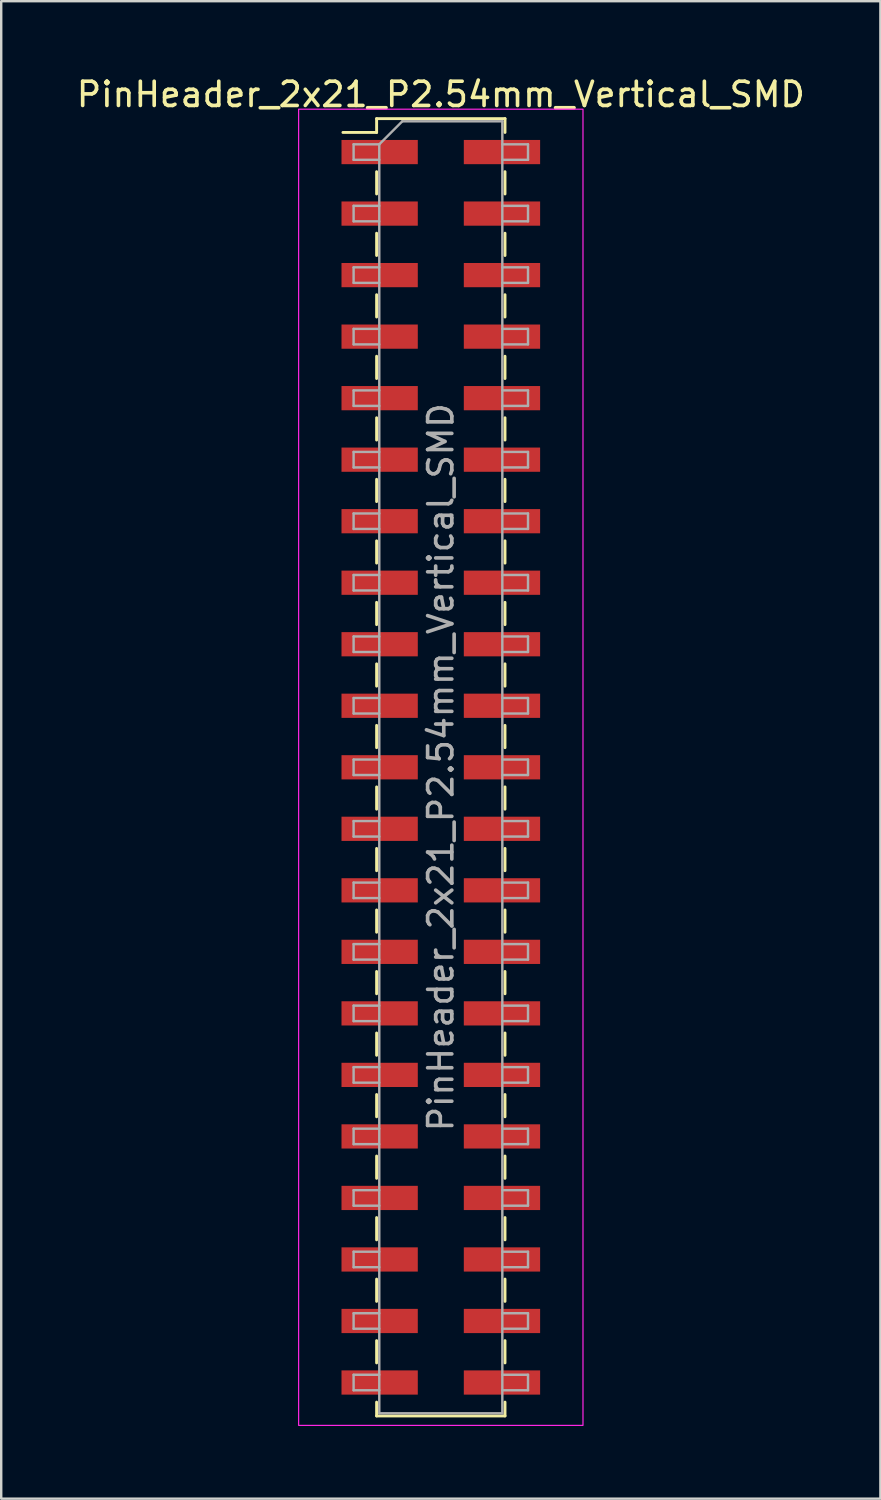
<source format=kicad_pcb>
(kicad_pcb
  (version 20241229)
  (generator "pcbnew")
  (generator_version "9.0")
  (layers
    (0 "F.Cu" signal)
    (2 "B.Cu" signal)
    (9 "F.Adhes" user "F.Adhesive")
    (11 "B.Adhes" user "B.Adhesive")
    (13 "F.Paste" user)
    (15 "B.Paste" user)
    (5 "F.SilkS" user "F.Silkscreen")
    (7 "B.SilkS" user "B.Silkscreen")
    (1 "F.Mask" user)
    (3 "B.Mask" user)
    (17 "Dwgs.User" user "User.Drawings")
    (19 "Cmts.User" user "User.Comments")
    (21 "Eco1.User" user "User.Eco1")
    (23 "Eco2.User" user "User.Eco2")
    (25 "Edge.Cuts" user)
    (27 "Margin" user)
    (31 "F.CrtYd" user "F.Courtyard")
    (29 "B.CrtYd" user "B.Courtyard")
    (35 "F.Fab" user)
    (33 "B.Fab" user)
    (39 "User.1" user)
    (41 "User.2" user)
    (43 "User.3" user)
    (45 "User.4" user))
  (footprint "PinHeader_2x21_P2.54mm_Vertical_SMD"
    (layer "F.Cu")
    (at 15.149 28.628)
    (property "Reference" "PinHeader_2x21_P2.54mm_Vertical_SMD" (at 0 -27.78 0) (layer "F.SilkS") (effects (font (size 1 1) (thickness 0.15))))
    (attr smd)
    (fp_line (start -4.04 -26.21) (end -2.65 -26.21) (stroke (width 0.12) (type solid)) (layer "F.SilkS"))
    (fp_line (start -2.65 -26.78) (end -2.65 -26.21) (stroke (width 0.12) (type solid)) (layer "F.SilkS"))
    (fp_line (start -2.65 -26.78) (end 2.65 -26.78) (stroke (width 0.12) (type solid)) (layer "F.SilkS"))
    (fp_line (start -2.65 -24.59) (end -2.65 -23.67) (stroke (width 0.12) (type solid)) (layer "F.SilkS"))
    (fp_line (start -2.65 -22.05) (end -2.65 -21.13) (stroke (width 0.12) (type solid)) (layer "F.SilkS"))
    (fp_line (start -2.65 -19.51) (end -2.65 -18.59) (stroke (width 0.12) (type solid)) (layer "F.SilkS"))
    (fp_line (start -2.65 -16.97) (end -2.65 -16.05) (stroke (width 0.12) (type solid)) (layer "F.SilkS"))
    (fp_line (start -2.65 -14.43) (end -2.65 -13.51) (stroke (width 0.12) (type solid)) (layer "F.SilkS"))
    (fp_line (start -2.65 -11.89) (end -2.65 -10.97) (stroke (width 0.12) (type solid)) (layer "F.SilkS"))
    (fp_line (start -2.65 -9.35) (end -2.65 -8.43) (stroke (width 0.12) (type solid)) (layer "F.SilkS"))
    (fp_line (start -2.65 -6.81) (end -2.65 -5.89) (stroke (width 0.12) (type solid)) (layer "F.SilkS"))
    (fp_line (start -2.65 -4.27) (end -2.65 -3.35) (stroke (width 0.12) (type solid)) (layer "F.SilkS"))
    (fp_line (start -2.65 -1.73) (end -2.65 -0.81) (stroke (width 0.12) (type solid)) (layer "F.SilkS"))
    (fp_line (start -2.65 0.81) (end -2.65 1.73) (stroke (width 0.12) (type solid)) (layer "F.SilkS"))
    (fp_line (start -2.65 3.35) (end -2.65 4.27) (stroke (width 0.12) (type solid)) (layer "F.SilkS"))
    (fp_line (start -2.65 5.89) (end -2.65 6.81) (stroke (width 0.12) (type solid)) (layer "F.SilkS"))
    (fp_line (start -2.65 8.43) (end -2.65 9.35) (stroke (width 0.12) (type solid)) (layer "F.SilkS"))
    (fp_line (start -2.65 10.97) (end -2.65 11.89) (stroke (width 0.12) (type solid)) (layer "F.SilkS"))
    (fp_line (start -2.65 13.51) (end -2.65 14.43) (stroke (width 0.12) (type solid)) (layer "F.SilkS"))
    (fp_line (start -2.65 16.05) (end -2.65 16.97) (stroke (width 0.12) (type solid)) (layer "F.SilkS"))
    (fp_line (start -2.65 18.59) (end -2.65 19.51) (stroke (width 0.12) (type solid)) (layer "F.SilkS"))
    (fp_line (start -2.65 21.13) (end -2.65 22.05) (stroke (width 0.12) (type solid)) (layer "F.SilkS"))
    (fp_line (start -2.65 23.67) (end -2.65 24.59) (stroke (width 0.12) (type solid)) (layer "F.SilkS"))
    (fp_line (start -2.65 26.21) (end -2.65 26.78) (stroke (width 0.12) (type solid)) (layer "F.SilkS"))
    (fp_line (start -2.65 26.78) (end 2.65 26.78) (stroke (width 0.12) (type solid)) (layer "F.SilkS"))
    (fp_line (start 2.65 -26.78) (end 2.65 -26.21) (stroke (width 0.12) (type solid)) (layer "F.SilkS"))
    (fp_line (start 2.65 -24.59) (end 2.65 -23.67) (stroke (width 0.12) (type solid)) (layer "F.SilkS"))
    (fp_line (start 2.65 -22.05) (end 2.65 -21.13) (stroke (width 0.12) (type solid)) (layer "F.SilkS"))
    (fp_line (start 2.65 -19.51) (end 2.65 -18.59) (stroke (width 0.12) (type solid)) (layer "F.SilkS"))
    (fp_line (start 2.65 -16.97) (end 2.65 -16.05) (stroke (width 0.12) (type solid)) (layer "F.SilkS"))
    (fp_line (start 2.65 -14.43) (end 2.65 -13.51) (stroke (width 0.12) (type solid)) (layer "F.SilkS"))
    (fp_line (start 2.65 -11.89) (end 2.65 -10.97) (stroke (width 0.12) (type solid)) (layer "F.SilkS"))
    (fp_line (start 2.65 -9.35) (end 2.65 -8.43) (stroke (width 0.12) (type solid)) (layer "F.SilkS"))
    (fp_line (start 2.65 -6.81) (end 2.65 -5.89) (stroke (width 0.12) (type solid)) (layer "F.SilkS"))
    (fp_line (start 2.65 -4.27) (end 2.65 -3.35) (stroke (width 0.12) (type solid)) (layer "F.SilkS"))
    (fp_line (start 2.65 -1.73) (end 2.65 -0.81) (stroke (width 0.12) (type solid)) (layer "F.SilkS"))
    (fp_line (start 2.65 0.81) (end 2.65 1.73) (stroke (width 0.12) (type solid)) (layer "F.SilkS"))
    (fp_line (start 2.65 3.35) (end 2.65 4.27) (stroke (width 0.12) (type solid)) (layer "F.SilkS"))
    (fp_line (start 2.65 5.89) (end 2.65 6.81) (stroke (width 0.12) (type solid)) (layer "F.SilkS"))
    (fp_line (start 2.65 8.43) (end 2.65 9.35) (stroke (width 0.12) (type solid)) (layer "F.SilkS"))
    (fp_line (start 2.65 10.97) (end 2.65 11.89) (stroke (width 0.12) (type solid)) (layer "F.SilkS"))
    (fp_line (start 2.65 13.51) (end 2.65 14.43) (stroke (width 0.12) (type solid)) (layer "F.SilkS"))
    (fp_line (start 2.65 16.05) (end 2.65 16.97) (stroke (width 0.12) (type solid)) (layer "F.SilkS"))
    (fp_line (start 2.65 18.59) (end 2.65 19.51) (stroke (width 0.12) (type solid)) (layer "F.SilkS"))
    (fp_line (start 2.65 21.13) (end 2.65 22.05) (stroke (width 0.12) (type solid)) (layer "F.SilkS"))
    (fp_line (start 2.65 23.67) (end 2.65 24.59) (stroke (width 0.12) (type solid)) (layer "F.SilkS"))
    (fp_line (start 2.65 26.21) (end 2.65 26.78) (stroke (width 0.12) (type solid)) (layer "F.SilkS"))
    (fp_rect (start -5.87 -27.17) (end 5.87 27.17) (stroke (width 0.05) (type solid)) (fill no) (layer "F.CrtYd"))
    (fp_line (start -3.6 -25.72) (end -3.6 -25.08) (stroke (width 0.1) (type solid)) (layer "F.Fab"))
    (fp_line (start -3.6 -25.08) (end -2.54 -25.08) (stroke (width 0.1) (type solid)) (layer "F.Fab"))
    (fp_line (start -3.6 -23.18) (end -3.6 -22.54) (stroke (width 0.1) (type solid)) (layer "F.Fab"))
    (fp_line (start -3.6 -22.54) (end -2.54 -22.54) (stroke (width 0.1) (type solid)) (layer "F.Fab"))
    (fp_line (start -3.6 -20.64) (end -3.6 -20) (stroke (width 0.1) (type solid)) (layer "F.Fab"))
    (fp_line (start -3.6 -20) (end -2.54 -20) (stroke (width 0.1) (type solid)) (layer "F.Fab"))
    (fp_line (start -3.6 -18.1) (end -3.6 -17.46) (stroke (width 0.1) (type solid)) (layer "F.Fab"))
    (fp_line (start -3.6 -17.46) (end -2.54 -17.46) (stroke (width 0.1) (type solid)) (layer "F.Fab"))
    (fp_line (start -3.6 -15.56) (end -3.6 -14.92) (stroke (width 0.1) (type solid)) (layer "F.Fab"))
    (fp_line (start -3.6 -14.92) (end -2.54 -14.92) (stroke (width 0.1) (type solid)) (layer "F.Fab"))
    (fp_line (start -3.6 -13.02) (end -3.6 -12.38) (stroke (width 0.1) (type solid)) (layer "F.Fab"))
    (fp_line (start -3.6 -12.38) (end -2.54 -12.38) (stroke (width 0.1) (type solid)) (layer "F.Fab"))
    (fp_line (start -3.6 -10.48) (end -3.6 -9.84) (stroke (width 0.1) (type solid)) (layer "F.Fab"))
    (fp_line (start -3.6 -9.84) (end -2.54 -9.84) (stroke (width 0.1) (type solid)) (layer "F.Fab"))
    (fp_line (start -3.6 -7.94) (end -3.6 -7.3) (stroke (width 0.1) (type solid)) (layer "F.Fab"))
    (fp_line (start -3.6 -7.3) (end -2.54 -7.3) (stroke (width 0.1) (type solid)) (layer "F.Fab"))
    (fp_line (start -3.6 -5.4) (end -3.6 -4.76) (stroke (width 0.1) (type solid)) (layer "F.Fab"))
    (fp_line (start -3.6 -4.76) (end -2.54 -4.76) (stroke (width 0.1) (type solid)) (layer "F.Fab"))
    (fp_line (start -3.6 -2.86) (end -3.6 -2.22) (stroke (width 0.1) (type solid)) (layer "F.Fab"))
    (fp_line (start -3.6 -2.22) (end -2.54 -2.22) (stroke (width 0.1) (type solid)) (layer "F.Fab"))
    (fp_line (start -3.6 -0.32) (end -3.6 0.32) (stroke (width 0.1) (type solid)) (layer "F.Fab"))
    (fp_line (start -3.6 0.32) (end -2.54 0.32) (stroke (width 0.1) (type solid)) (layer "F.Fab"))
    (fp_line (start -3.6 2.22) (end -3.6 2.86) (stroke (width 0.1) (type solid)) (layer "F.Fab"))
    (fp_line (start -3.6 2.86) (end -2.54 2.86) (stroke (width 0.1) (type solid)) (layer "F.Fab"))
    (fp_line (start -3.6 4.76) (end -3.6 5.4) (stroke (width 0.1) (type solid)) (layer "F.Fab"))
    (fp_line (start -3.6 5.4) (end -2.54 5.4) (stroke (width 0.1) (type solid)) (layer "F.Fab"))
    (fp_line (start -3.6 7.3) (end -3.6 7.94) (stroke (width 0.1) (type solid)) (layer "F.Fab"))
    (fp_line (start -3.6 7.94) (end -2.54 7.94) (stroke (width 0.1) (type solid)) (layer "F.Fab"))
    (fp_line (start -3.6 9.84) (end -3.6 10.48) (stroke (width 0.1) (type solid)) (layer "F.Fab"))
    (fp_line (start -3.6 10.48) (end -2.54 10.48) (stroke (width 0.1) (type solid)) (layer "F.Fab"))
    (fp_line (start -3.6 12.38) (end -3.6 13.02) (stroke (width 0.1) (type solid)) (layer "F.Fab"))
    (fp_line (start -3.6 13.02) (end -2.54 13.02) (stroke (width 0.1) (type solid)) (layer "F.Fab"))
    (fp_line (start -3.6 14.92) (end -3.6 15.56) (stroke (width 0.1) (type solid)) (layer "F.Fab"))
    (fp_line (start -3.6 15.56) (end -2.54 15.56) (stroke (width 0.1) (type solid)) (layer "F.Fab"))
    (fp_line (start -3.6 17.46) (end -3.6 18.1) (stroke (width 0.1) (type solid)) (layer "F.Fab"))
    (fp_line (start -3.6 18.1) (end -2.54 18.1) (stroke (width 0.1) (type solid)) (layer "F.Fab"))
    (fp_line (start -3.6 20) (end -3.6 20.64) (stroke (width 0.1) (type solid)) (layer "F.Fab"))
    (fp_line (start -3.6 20.64) (end -2.54 20.64) (stroke (width 0.1) (type solid)) (layer "F.Fab"))
    (fp_line (start -3.6 22.54) (end -3.6 23.18) (stroke (width 0.1) (type solid)) (layer "F.Fab"))
    (fp_line (start -3.6 23.18) (end -2.54 23.18) (stroke (width 0.1) (type solid)) (layer "F.Fab"))
    (fp_line (start -3.6 25.08) (end -3.6 25.72) (stroke (width 0.1) (type solid)) (layer "F.Fab"))
    (fp_line (start -3.6 25.72) (end -2.54 25.72) (stroke (width 0.1) (type solid)) (layer "F.Fab"))
    (fp_line (start -2.54 -25.72) (end -3.6 -25.72) (stroke (width 0.1) (type solid)) (layer "F.Fab"))
    (fp_line (start -2.54 -25.72) (end -1.59 -26.67) (stroke (width 0.1) (type solid)) (layer "F.Fab"))
    (fp_line (start -2.54 -23.18) (end -3.6 -23.18) (stroke (width 0.1) (type solid)) (layer "F.Fab"))
    (fp_line (start -2.54 -20.64) (end -3.6 -20.64) (stroke (width 0.1) (type solid)) (layer "F.Fab"))
    (fp_line (start -2.54 -18.1) (end -3.6 -18.1) (stroke (width 0.1) (type solid)) (layer "F.Fab"))
    (fp_line (start -2.54 -15.56) (end -3.6 -15.56) (stroke (width 0.1) (type solid)) (layer "F.Fab"))
    (fp_line (start -2.54 -13.02) (end -3.6 -13.02) (stroke (width 0.1) (type solid)) (layer "F.Fab"))
    (fp_line (start -2.54 -10.48) (end -3.6 -10.48) (stroke (width 0.1) (type solid)) (layer "F.Fab"))
    (fp_line (start -2.54 -7.94) (end -3.6 -7.94) (stroke (width 0.1) (type solid)) (layer "F.Fab"))
    (fp_line (start -2.54 -5.4) (end -3.6 -5.4) (stroke (width 0.1) (type solid)) (layer "F.Fab"))
    (fp_line (start -2.54 -2.86) (end -3.6 -2.86) (stroke (width 0.1) (type solid)) (layer "F.Fab"))
    (fp_line (start -2.54 -0.32) (end -3.6 -0.32) (stroke (width 0.1) (type solid)) (layer "F.Fab"))
    (fp_line (start -2.54 2.22) (end -3.6 2.22) (stroke (width 0.1) (type solid)) (layer "F.Fab"))
    (fp_line (start -2.54 4.76) (end -3.6 4.76) (stroke (width 0.1) (type solid)) (layer "F.Fab"))
    (fp_line (start -2.54 7.3) (end -3.6 7.3) (stroke (width 0.1) (type solid)) (layer "F.Fab"))
    (fp_line (start -2.54 9.84) (end -3.6 9.84) (stroke (width 0.1) (type solid)) (layer "F.Fab"))
    (fp_line (start -2.54 12.38) (end -3.6 12.38) (stroke (width 0.1) (type solid)) (layer "F.Fab"))
    (fp_line (start -2.54 14.92) (end -3.6 14.92) (stroke (width 0.1) (type solid)) (layer "F.Fab"))
    (fp_line (start -2.54 17.46) (end -3.6 17.46) (stroke (width 0.1) (type solid)) (layer "F.Fab"))
    (fp_line (start -2.54 20) (end -3.6 20) (stroke (width 0.1) (type solid)) (layer "F.Fab"))
    (fp_line (start -2.54 22.54) (end -3.6 22.54) (stroke (width 0.1) (type solid)) (layer "F.Fab"))
    (fp_line (start -2.54 25.08) (end -3.6 25.08) (stroke (width 0.1) (type solid)) (layer "F.Fab"))
    (fp_line (start -2.54 26.67) (end -2.54 -25.72) (stroke (width 0.1) (type solid)) (layer "F.Fab"))
    (fp_line (start -1.59 -26.67) (end 2.54 -26.67) (stroke (width 0.1) (type solid)) (layer "F.Fab"))
    (fp_line (start 2.54 -26.67) (end 2.54 26.67) (stroke (width 0.1) (type solid)) (layer "F.Fab"))
    (fp_line (start 2.54 -25.72) (end 3.6 -25.72) (stroke (width 0.1) (type solid)) (layer "F.Fab"))
    (fp_line (start 2.54 -23.18) (end 3.6 -23.18) (stroke (width 0.1) (type solid)) (layer "F.Fab"))
    (fp_line (start 2.54 -20.64) (end 3.6 -20.64) (stroke (width 0.1) (type solid)) (layer "F.Fab"))
    (fp_line (start 2.54 -18.1) (end 3.6 -18.1) (stroke (width 0.1) (type solid)) (layer "F.Fab"))
    (fp_line (start 2.54 -15.56) (end 3.6 -15.56) (stroke (width 0.1) (type solid)) (layer "F.Fab"))
    (fp_line (start 2.54 -13.02) (end 3.6 -13.02) (stroke (width 0.1) (type solid)) (layer "F.Fab"))
    (fp_line (start 2.54 -10.48) (end 3.6 -10.48) (stroke (width 0.1) (type solid)) (layer "F.Fab"))
    (fp_line (start 2.54 -7.94) (end 3.6 -7.94) (stroke (width 0.1) (type solid)) (layer "F.Fab"))
    (fp_line (start 2.54 -5.4) (end 3.6 -5.4) (stroke (width 0.1) (type solid)) (layer "F.Fab"))
    (fp_line (start 2.54 -2.86) (end 3.6 -2.86) (stroke (width 0.1) (type solid)) (layer "F.Fab"))
    (fp_line (start 2.54 -0.32) (end 3.6 -0.32) (stroke (width 0.1) (type solid)) (layer "F.Fab"))
    (fp_line (start 2.54 2.22) (end 3.6 2.22) (stroke (width 0.1) (type solid)) (layer "F.Fab"))
    (fp_line (start 2.54 4.76) (end 3.6 4.76) (stroke (width 0.1) (type solid)) (layer "F.Fab"))
    (fp_line (start 2.54 7.3) (end 3.6 7.3) (stroke (width 0.1) (type solid)) (layer "F.Fab"))
    (fp_line (start 2.54 9.84) (end 3.6 9.84) (stroke (width 0.1) (type solid)) (layer "F.Fab"))
    (fp_line (start 2.54 12.38) (end 3.6 12.38) (stroke (width 0.1) (type solid)) (layer "F.Fab"))
    (fp_line (start 2.54 14.92) (end 3.6 14.92) (stroke (width 0.1) (type solid)) (layer "F.Fab"))
    (fp_line (start 2.54 17.46) (end 3.6 17.46) (stroke (width 0.1) (type solid)) (layer "F.Fab"))
    (fp_line (start 2.54 20) (end 3.6 20) (stroke (width 0.1) (type solid)) (layer "F.Fab"))
    (fp_line (start 2.54 22.54) (end 3.6 22.54) (stroke (width 0.1) (type solid)) (layer "F.Fab"))
    (fp_line (start 2.54 25.08) (end 3.6 25.08) (stroke (width 0.1) (type solid)) (layer "F.Fab"))
    (fp_line (start 2.54 26.67) (end -2.54 26.67) (stroke (width 0.1) (type solid)) (layer "F.Fab"))
    (fp_line (start 3.6 -25.72) (end 3.6 -25.08) (stroke (width 0.1) (type solid)) (layer "F.Fab"))
    (fp_line (start 3.6 -25.08) (end 2.54 -25.08) (stroke (width 0.1) (type solid)) (layer "F.Fab"))
    (fp_line (start 3.6 -23.18) (end 3.6 -22.54) (stroke (width 0.1) (type solid)) (layer "F.Fab"))
    (fp_line (start 3.6 -22.54) (end 2.54 -22.54) (stroke (width 0.1) (type solid)) (layer "F.Fab"))
    (fp_line (start 3.6 -20.64) (end 3.6 -20) (stroke (width 0.1) (type solid)) (layer "F.Fab"))
    (fp_line (start 3.6 -20) (end 2.54 -20) (stroke (width 0.1) (type solid)) (layer "F.Fab"))
    (fp_line (start 3.6 -18.1) (end 3.6 -17.46) (stroke (width 0.1) (type solid)) (layer "F.Fab"))
    (fp_line (start 3.6 -17.46) (end 2.54 -17.46) (stroke (width 0.1) (type solid)) (layer "F.Fab"))
    (fp_line (start 3.6 -15.56) (end 3.6 -14.92) (stroke (width 0.1) (type solid)) (layer "F.Fab"))
    (fp_line (start 3.6 -14.92) (end 2.54 -14.92) (stroke (width 0.1) (type solid)) (layer "F.Fab"))
    (fp_line (start 3.6 -13.02) (end 3.6 -12.38) (stroke (width 0.1) (type solid)) (layer "F.Fab"))
    (fp_line (start 3.6 -12.38) (end 2.54 -12.38) (stroke (width 0.1) (type solid)) (layer "F.Fab"))
    (fp_line (start 3.6 -10.48) (end 3.6 -9.84) (stroke (width 0.1) (type solid)) (layer "F.Fab"))
    (fp_line (start 3.6 -9.84) (end 2.54 -9.84) (stroke (width 0.1) (type solid)) (layer "F.Fab"))
    (fp_line (start 3.6 -7.94) (end 3.6 -7.3) (stroke (width 0.1) (type solid)) (layer "F.Fab"))
    (fp_line (start 3.6 -7.3) (end 2.54 -7.3) (stroke (width 0.1) (type solid)) (layer "F.Fab"))
    (fp_line (start 3.6 -5.4) (end 3.6 -4.76) (stroke (width 0.1) (type solid)) (layer "F.Fab"))
    (fp_line (start 3.6 -4.76) (end 2.54 -4.76) (stroke (width 0.1) (type solid)) (layer "F.Fab"))
    (fp_line (start 3.6 -2.86) (end 3.6 -2.22) (stroke (width 0.1) (type solid)) (layer "F.Fab"))
    (fp_line (start 3.6 -2.22) (end 2.54 -2.22) (stroke (width 0.1) (type solid)) (layer "F.Fab"))
    (fp_line (start 3.6 -0.32) (end 3.6 0.32) (stroke (width 0.1) (type solid)) (layer "F.Fab"))
    (fp_line (start 3.6 0.32) (end 2.54 0.32) (stroke (width 0.1) (type solid)) (layer "F.Fab"))
    (fp_line (start 3.6 2.22) (end 3.6 2.86) (stroke (width 0.1) (type solid)) (layer "F.Fab"))
    (fp_line (start 3.6 2.86) (end 2.54 2.86) (stroke (width 0.1) (type solid)) (layer "F.Fab"))
    (fp_line (start 3.6 4.76) (end 3.6 5.4) (stroke (width 0.1) (type solid)) (layer "F.Fab"))
    (fp_line (start 3.6 5.4) (end 2.54 5.4) (stroke (width 0.1) (type solid)) (layer "F.Fab"))
    (fp_line (start 3.6 7.3) (end 3.6 7.94) (stroke (width 0.1) (type solid)) (layer "F.Fab"))
    (fp_line (start 3.6 7.94) (end 2.54 7.94) (stroke (width 0.1) (type solid)) (layer "F.Fab"))
    (fp_line (start 3.6 9.84) (end 3.6 10.48) (stroke (width 0.1) (type solid)) (layer "F.Fab"))
    (fp_line (start 3.6 10.48) (end 2.54 10.48) (stroke (width 0.1) (type solid)) (layer "F.Fab"))
    (fp_line (start 3.6 12.38) (end 3.6 13.02) (stroke (width 0.1) (type solid)) (layer "F.Fab"))
    (fp_line (start 3.6 13.02) (end 2.54 13.02) (stroke (width 0.1) (type solid)) (layer "F.Fab"))
    (fp_line (start 3.6 14.92) (end 3.6 15.56) (stroke (width 0.1) (type solid)) (layer "F.Fab"))
    (fp_line (start 3.6 15.56) (end 2.54 15.56) (stroke (width 0.1) (type solid)) (layer "F.Fab"))
    (fp_line (start 3.6 17.46) (end 3.6 18.1) (stroke (width 0.1) (type solid)) (layer "F.Fab"))
    (fp_line (start 3.6 18.1) (end 2.54 18.1) (stroke (width 0.1) (type solid)) (layer "F.Fab"))
    (fp_line (start 3.6 20) (end 3.6 20.64) (stroke (width 0.1) (type solid)) (layer "F.Fab"))
    (fp_line (start 3.6 20.64) (end 2.54 20.64) (stroke (width 0.1) (type solid)) (layer "F.Fab"))
    (fp_line (start 3.6 22.54) (end 3.6 23.18) (stroke (width 0.1) (type solid)) (layer "F.Fab"))
    (fp_line (start 3.6 23.18) (end 2.54 23.18) (stroke (width 0.1) (type solid)) (layer "F.Fab"))
    (fp_line (start 3.6 25.08) (end 3.6 25.72) (stroke (width 0.1) (type solid)) (layer "F.Fab"))
    (fp_line (start 3.6 25.72) (end 2.54 25.72) (stroke (width 0.1) (type solid)) (layer "F.Fab"))
    (fp_text user "${REFERENCE}" (at 0 0 90) (layer "F.Fab") (effects (font (size 1 1) (thickness 0.15))))
    (pad "1" smd rect (at -2.525 -25.4) (size 3.15 1) (layers "F.Cu" "F.Mask" "F.Paste"))
    (pad "2" smd rect (at 2.525 -25.4) (size 3.15 1) (layers "F.Cu" "F.Mask" "F.Paste"))
    (pad "3" smd rect (at -2.525 -22.86) (size 3.15 1) (layers "F.Cu" "F.Mask" "F.Paste"))
    (pad "4" smd rect (at 2.525 -22.86) (size 3.15 1) (layers "F.Cu" "F.Mask" "F.Paste"))
    (pad "5" smd rect (at -2.525 -20.32) (size 3.15 1) (layers "F.Cu" "F.Mask" "F.Paste"))
    (pad "6" smd rect (at 2.525 -20.32) (size 3.15 1) (layers "F.Cu" "F.Mask" "F.Paste"))
    (pad "7" smd rect (at -2.525 -17.78) (size 3.15 1) (layers "F.Cu" "F.Mask" "F.Paste"))
    (pad "8" smd rect (at 2.525 -17.78) (size 3.15 1) (layers "F.Cu" "F.Mask" "F.Paste"))
    (pad "9" smd rect (at -2.525 -15.24) (size 3.15 1) (layers "F.Cu" "F.Mask" "F.Paste"))
    (pad "10" smd rect (at 2.525 -15.24) (size 3.15 1) (layers "F.Cu" "F.Mask" "F.Paste"))
    (pad "11" smd rect (at -2.525 -12.7) (size 3.15 1) (layers "F.Cu" "F.Mask" "F.Paste"))
    (pad "12" smd rect (at 2.525 -12.7) (size 3.15 1) (layers "F.Cu" "F.Mask" "F.Paste"))
    (pad "13" smd rect (at -2.525 -10.16) (size 3.15 1) (layers "F.Cu" "F.Mask" "F.Paste"))
    (pad "14" smd rect (at 2.525 -10.16) (size 3.15 1) (layers "F.Cu" "F.Mask" "F.Paste"))
    (pad "15" smd rect (at -2.525 -7.62) (size 3.15 1) (layers "F.Cu" "F.Mask" "F.Paste"))
    (pad "16" smd rect (at 2.525 -7.62) (size 3.15 1) (layers "F.Cu" "F.Mask" "F.Paste"))
    (pad "17" smd rect (at -2.525 -5.08) (size 3.15 1) (layers "F.Cu" "F.Mask" "F.Paste"))
    (pad "18" smd rect (at 2.525 -5.08) (size 3.15 1) (layers "F.Cu" "F.Mask" "F.Paste"))
    (pad "19" smd rect (at -2.525 -2.54) (size 3.15 1) (layers "F.Cu" "F.Mask" "F.Paste"))
    (pad "20" smd rect (at 2.525 -2.54) (size 3.15 1) (layers "F.Cu" "F.Mask" "F.Paste"))
    (pad "21" smd rect (at -2.525 0) (size 3.15 1) (layers "F.Cu" "F.Mask" "F.Paste"))
    (pad "22" smd rect (at 2.525 0) (size 3.15 1) (layers "F.Cu" "F.Mask" "F.Paste"))
    (pad "23" smd rect (at -2.525 2.54) (size 3.15 1) (layers "F.Cu" "F.Mask" "F.Paste"))
    (pad "24" smd rect (at 2.525 2.54) (size 3.15 1) (layers "F.Cu" "F.Mask" "F.Paste"))
    (pad "25" smd rect (at -2.525 5.08) (size 3.15 1) (layers "F.Cu" "F.Mask" "F.Paste"))
    (pad "26" smd rect (at 2.525 5.08) (size 3.15 1) (layers "F.Cu" "F.Mask" "F.Paste"))
    (pad "27" smd rect (at -2.525 7.62) (size 3.15 1) (layers "F.Cu" "F.Mask" "F.Paste"))
    (pad "28" smd rect (at 2.525 7.62) (size 3.15 1) (layers "F.Cu" "F.Mask" "F.Paste"))
    (pad "29" smd rect (at -2.525 10.16) (size 3.15 1) (layers "F.Cu" "F.Mask" "F.Paste"))
    (pad "30" smd rect (at 2.525 10.16) (size 3.15 1) (layers "F.Cu" "F.Mask" "F.Paste"))
    (pad "31" smd rect (at -2.525 12.7) (size 3.15 1) (layers "F.Cu" "F.Mask" "F.Paste"))
    (pad "32" smd rect (at 2.525 12.7) (size 3.15 1) (layers "F.Cu" "F.Mask" "F.Paste"))
    (pad "33" smd rect (at -2.525 15.24) (size 3.15 1) (layers "F.Cu" "F.Mask" "F.Paste"))
    (pad "34" smd rect (at 2.525 15.24) (size 3.15 1) (layers "F.Cu" "F.Mask" "F.Paste"))
    (pad "35" smd rect (at -2.525 17.78) (size 3.15 1) (layers "F.Cu" "F.Mask" "F.Paste"))
    (pad "36" smd rect (at 2.525 17.78) (size 3.15 1) (layers "F.Cu" "F.Mask" "F.Paste"))
    (pad "37" smd rect (at -2.525 20.32) (size 3.15 1) (layers "F.Cu" "F.Mask" "F.Paste"))
    (pad "38" smd rect (at 2.525 20.32) (size 3.15 1) (layers "F.Cu" "F.Mask" "F.Paste"))
    (pad "39" smd rect (at -2.525 22.86) (size 3.15 1) (layers "F.Cu" "F.Mask" "F.Paste"))
    (pad "40" smd rect (at 2.525 22.86) (size 3.15 1) (layers "F.Cu" "F.Mask" "F.Paste"))
    (pad "41" smd rect (at -2.525 25.4) (size 3.15 1) (layers "F.Cu" "F.Mask" "F.Paste"))
    (pad "42" smd rect (at 2.525 25.4) (size 3.15 1) (layers "F.Cu" "F.Mask" "F.Paste")))
  (gr_rect
    (start -3 -3)
    (end 33.298 58.823)
    (stroke (width 0.1) (type default))
    (fill no)
    (layer "Edge.Cuts")))
</source>
